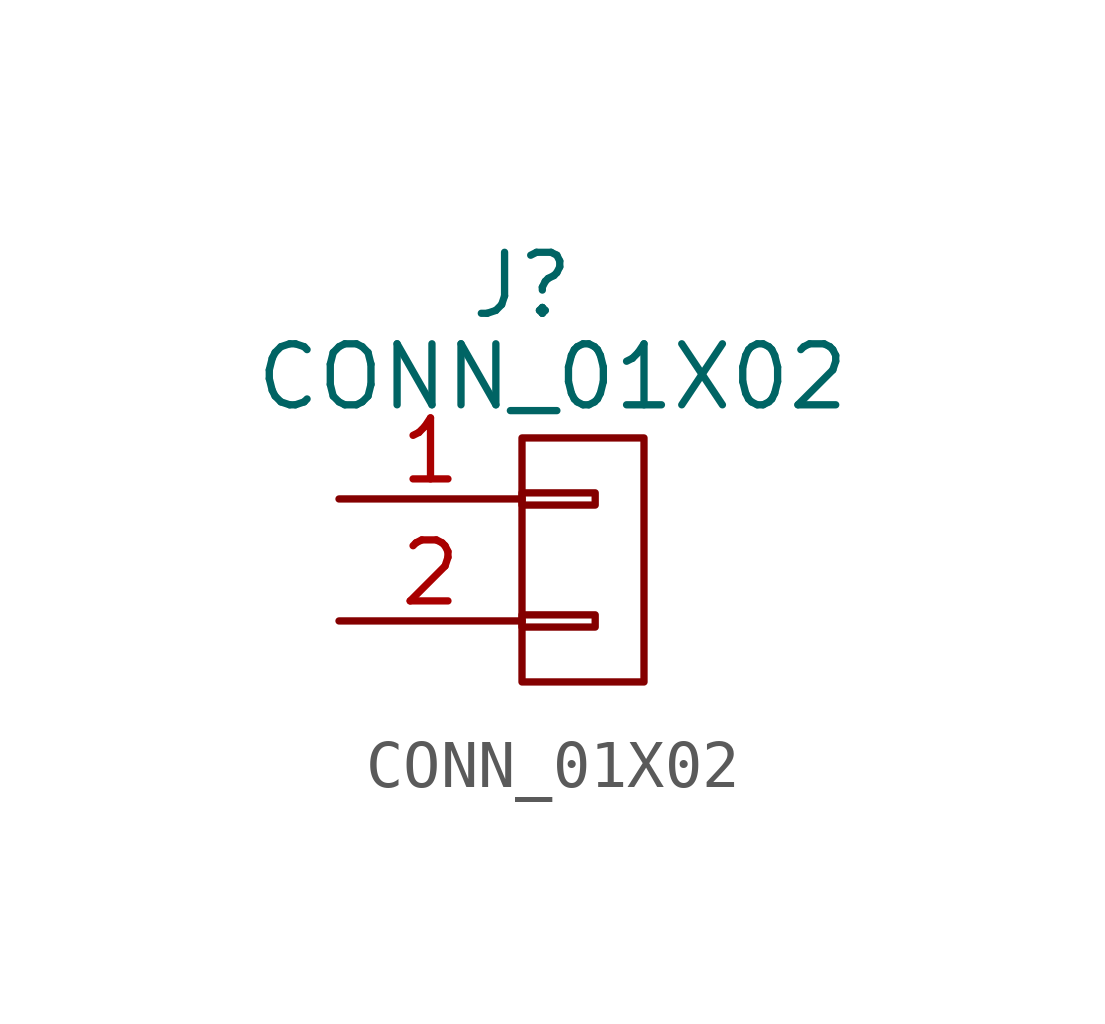
<source format=kicad_sym>
(kicad_symbol_lib
  (version 20211014)
  (generator kicad_symbol_editor)
  (symbol "CONN_01X02"
    (pin_names
      (offset 1.016) hide)
    (property "Reference" "J"
      (at -1.27 5.715 0)
      (effects (font (size 1.27 1.27))))
    (property "Value" "CONN_01X02"
      (at -0.635 3.81 0)
      (effects (font (size 1.27 1.27))))
    (symbol "CONN_01X02_1_1"
      (rectangle (start -1.27 -1.143) (end 0.254 -1.397) (stroke (width 0) (type default) (color 0 0 0 0)) (fill (type none)))
      (rectangle (start -1.27 1.397) (end 0.254 1.143) (stroke (width 0) (type default) (color 0 0 0 0)) (fill (type none)))
      (rectangle (start -1.27 2.54) (end 1.27 -2.54) (stroke (width 0) (type default) (color 0 0 0 0)) (fill (type none)))
      (pin passive line (at -5.08 1.27 0) (length 3.81) (name "P1" (effects (font (size 1.27 1.27)))) (number "1" (effects (font (size 1.27 1.27)))))
      (pin passive line (at -5.08 -1.27 0) (length 3.81) (name "P2" (effects (font (size 1.27 1.27)))) (number "2" (effects (font (size 1.27 1.27))))))))
</source>
